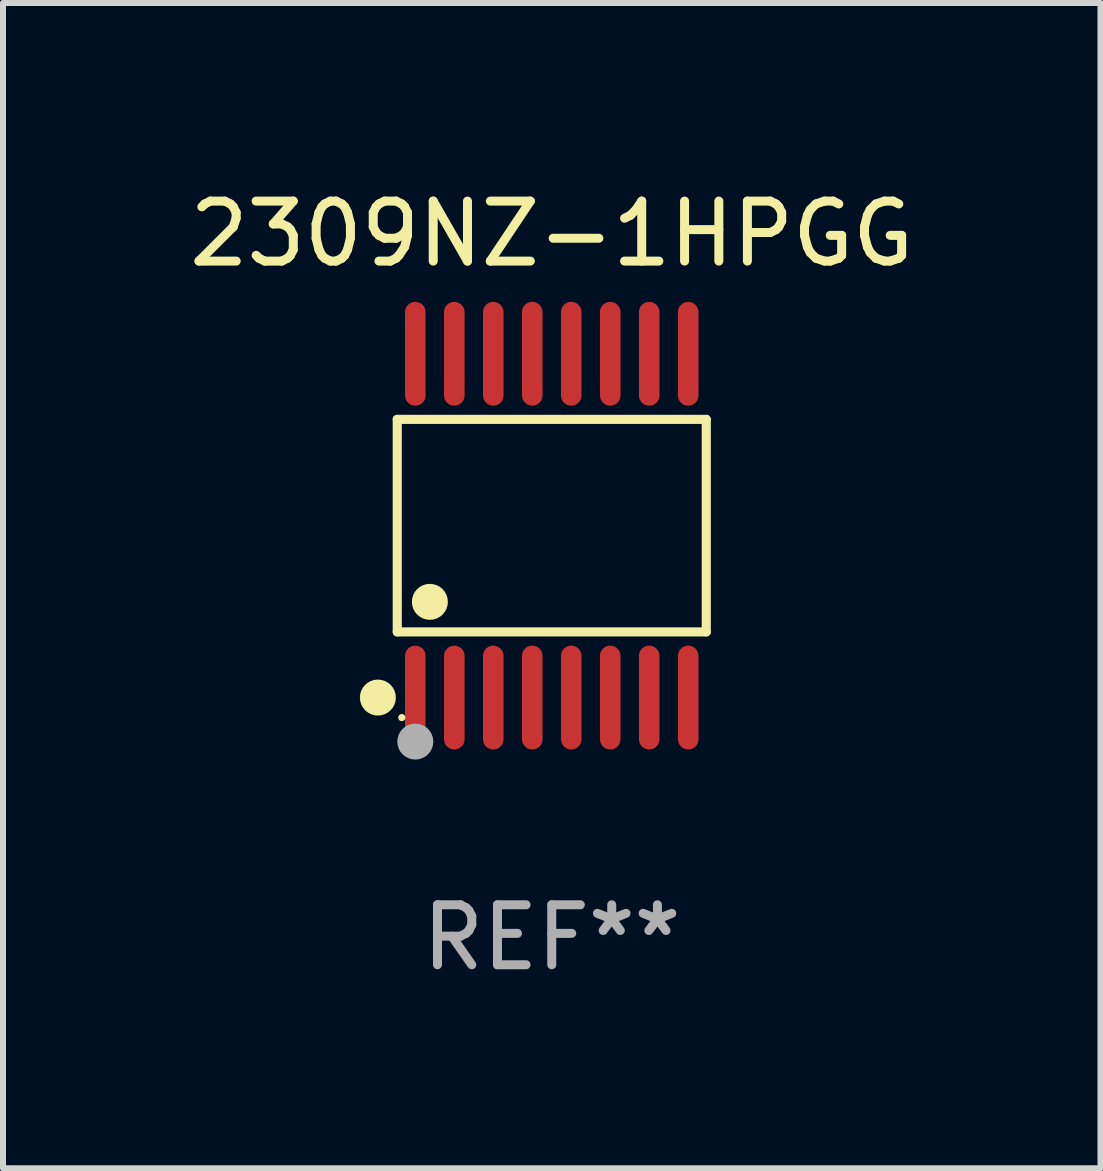
<source format=kicad_pcb>
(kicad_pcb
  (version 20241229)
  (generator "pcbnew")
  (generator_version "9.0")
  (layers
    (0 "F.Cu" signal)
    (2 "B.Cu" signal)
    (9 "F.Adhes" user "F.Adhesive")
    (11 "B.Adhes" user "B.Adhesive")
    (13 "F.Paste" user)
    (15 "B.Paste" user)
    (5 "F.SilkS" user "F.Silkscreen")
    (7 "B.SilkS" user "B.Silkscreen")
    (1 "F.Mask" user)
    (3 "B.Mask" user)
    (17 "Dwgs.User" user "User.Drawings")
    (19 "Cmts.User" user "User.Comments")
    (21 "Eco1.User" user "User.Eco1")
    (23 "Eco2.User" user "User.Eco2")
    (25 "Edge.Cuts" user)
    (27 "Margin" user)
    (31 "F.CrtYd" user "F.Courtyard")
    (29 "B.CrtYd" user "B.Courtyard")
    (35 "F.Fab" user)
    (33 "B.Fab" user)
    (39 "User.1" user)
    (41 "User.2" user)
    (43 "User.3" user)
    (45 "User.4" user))
  (footprint "2309NZ-1HPGG"
    (layer "F.Cu")
    (at 6.149 5.714)
    (property "Reference" "2309NZ-1HPGG" (at 0 -4.866 0) (layer "F.SilkS") (effects (font (size 1 1) (thickness 0.15))))
    (attr through_hole)
    (fp_line (start -2.576 -1.772) (end 2.576 -1.772) (stroke (width 0.152) (type solid)) (layer "F.SilkS"))
    (fp_line (start -2.576 1.771) (end -2.576 -1.772) (stroke (width 0.152) (type solid)) (layer "F.SilkS"))
    (fp_line (start 2.576 -1.772) (end 2.576 1.771) (stroke (width 0.152) (type solid)) (layer "F.SilkS"))
    (fp_line (start 2.576 1.771) (end -2.576 1.771) (stroke (width 0.152) (type solid)) (layer "F.SilkS"))
    (fp_circle (center -2.899 2.866) (end -2.749 2.866) (stroke (width 0.3) (type solid)) (fill no) (layer "F.SilkS"))
    (fp_circle (center -2.5 3.2) (end -2.47 3.2) (stroke (width 0.06) (type solid)) (fill no) (layer "F.SilkS"))
    (fp_circle (center -2.032 1.27) (end -1.882 1.27) (stroke (width 0.3) (type solid)) (fill no) (layer "F.SilkS"))
    (fp_circle (center -2.275 3.6) (end -2.125 3.6) (stroke (width 0.3) (type solid)) (fill no) (layer "F.Fab"))
    (fp_text user "REF**" (at 0 6.866 0) (layer "F.Fab") (effects (font (size 1 1) (thickness 0.15))))
    (pad "1" smd oval (at -2.275 2.866) (size 0.343 1.731) (layers "F.Cu" "F.Mask" "F.Paste"))
    (pad "2" smd oval (at -1.625 2.866) (size 0.343 1.731) (layers "F.Cu" "F.Mask" "F.Paste"))
    (pad "3" smd oval (at -0.975 2.866) (size 0.343 1.731) (layers "F.Cu" "F.Mask" "F.Paste"))
    (pad "4" smd oval (at -0.325 2.866) (size 0.343 1.731) (layers "F.Cu" "F.Mask" "F.Paste"))
    (pad "5" smd oval (at 0.325 2.866) (size 0.343 1.731) (layers "F.Cu" "F.Mask" "F.Paste"))
    (pad "6" smd oval (at 0.975 2.866) (size 0.343 1.731) (layers "F.Cu" "F.Mask" "F.Paste"))
    (pad "7" smd oval (at 1.625 2.866) (size 0.343 1.731) (layers "F.Cu" "F.Mask" "F.Paste"))
    (pad "8" smd oval (at 2.275 2.866) (size 0.343 1.731) (layers "F.Cu" "F.Mask" "F.Paste"))
    (pad "9" smd oval (at 2.275 -2.866) (size 0.343 1.731) (layers "F.Cu" "F.Mask" "F.Paste"))
    (pad "10" smd oval (at 1.625 -2.866) (size 0.343 1.731) (layers "F.Cu" "F.Mask" "F.Paste"))
    (pad "11" smd oval (at 0.975 -2.866) (size 0.343 1.731) (layers "F.Cu" "F.Mask" "F.Paste"))
    (pad "12" smd oval (at 0.325 -2.866) (size 0.343 1.731) (layers "F.Cu" "F.Mask" "F.Paste"))
    (pad "13" smd oval (at -0.325 -2.866) (size 0.343 1.731) (layers "F.Cu" "F.Mask" "F.Paste"))
    (pad "14" smd oval (at -0.975 -2.866) (size 0.343 1.731) (layers "F.Cu" "F.Mask" "F.Paste"))
    (pad "15" smd oval (at -1.625 -2.866) (size 0.343 1.731) (layers "F.Cu" "F.Mask" "F.Paste"))
    (pad "16" smd oval (at -2.275 -2.866) (size 0.343 1.731) (layers "F.Cu" "F.Mask" "F.Paste")))
  (gr_rect
    (start -3 -3)
    (end 15.298 16.428)
    (stroke (width 0.1) (type default))
    (fill no)
    (layer "Edge.Cuts")))
</source>
